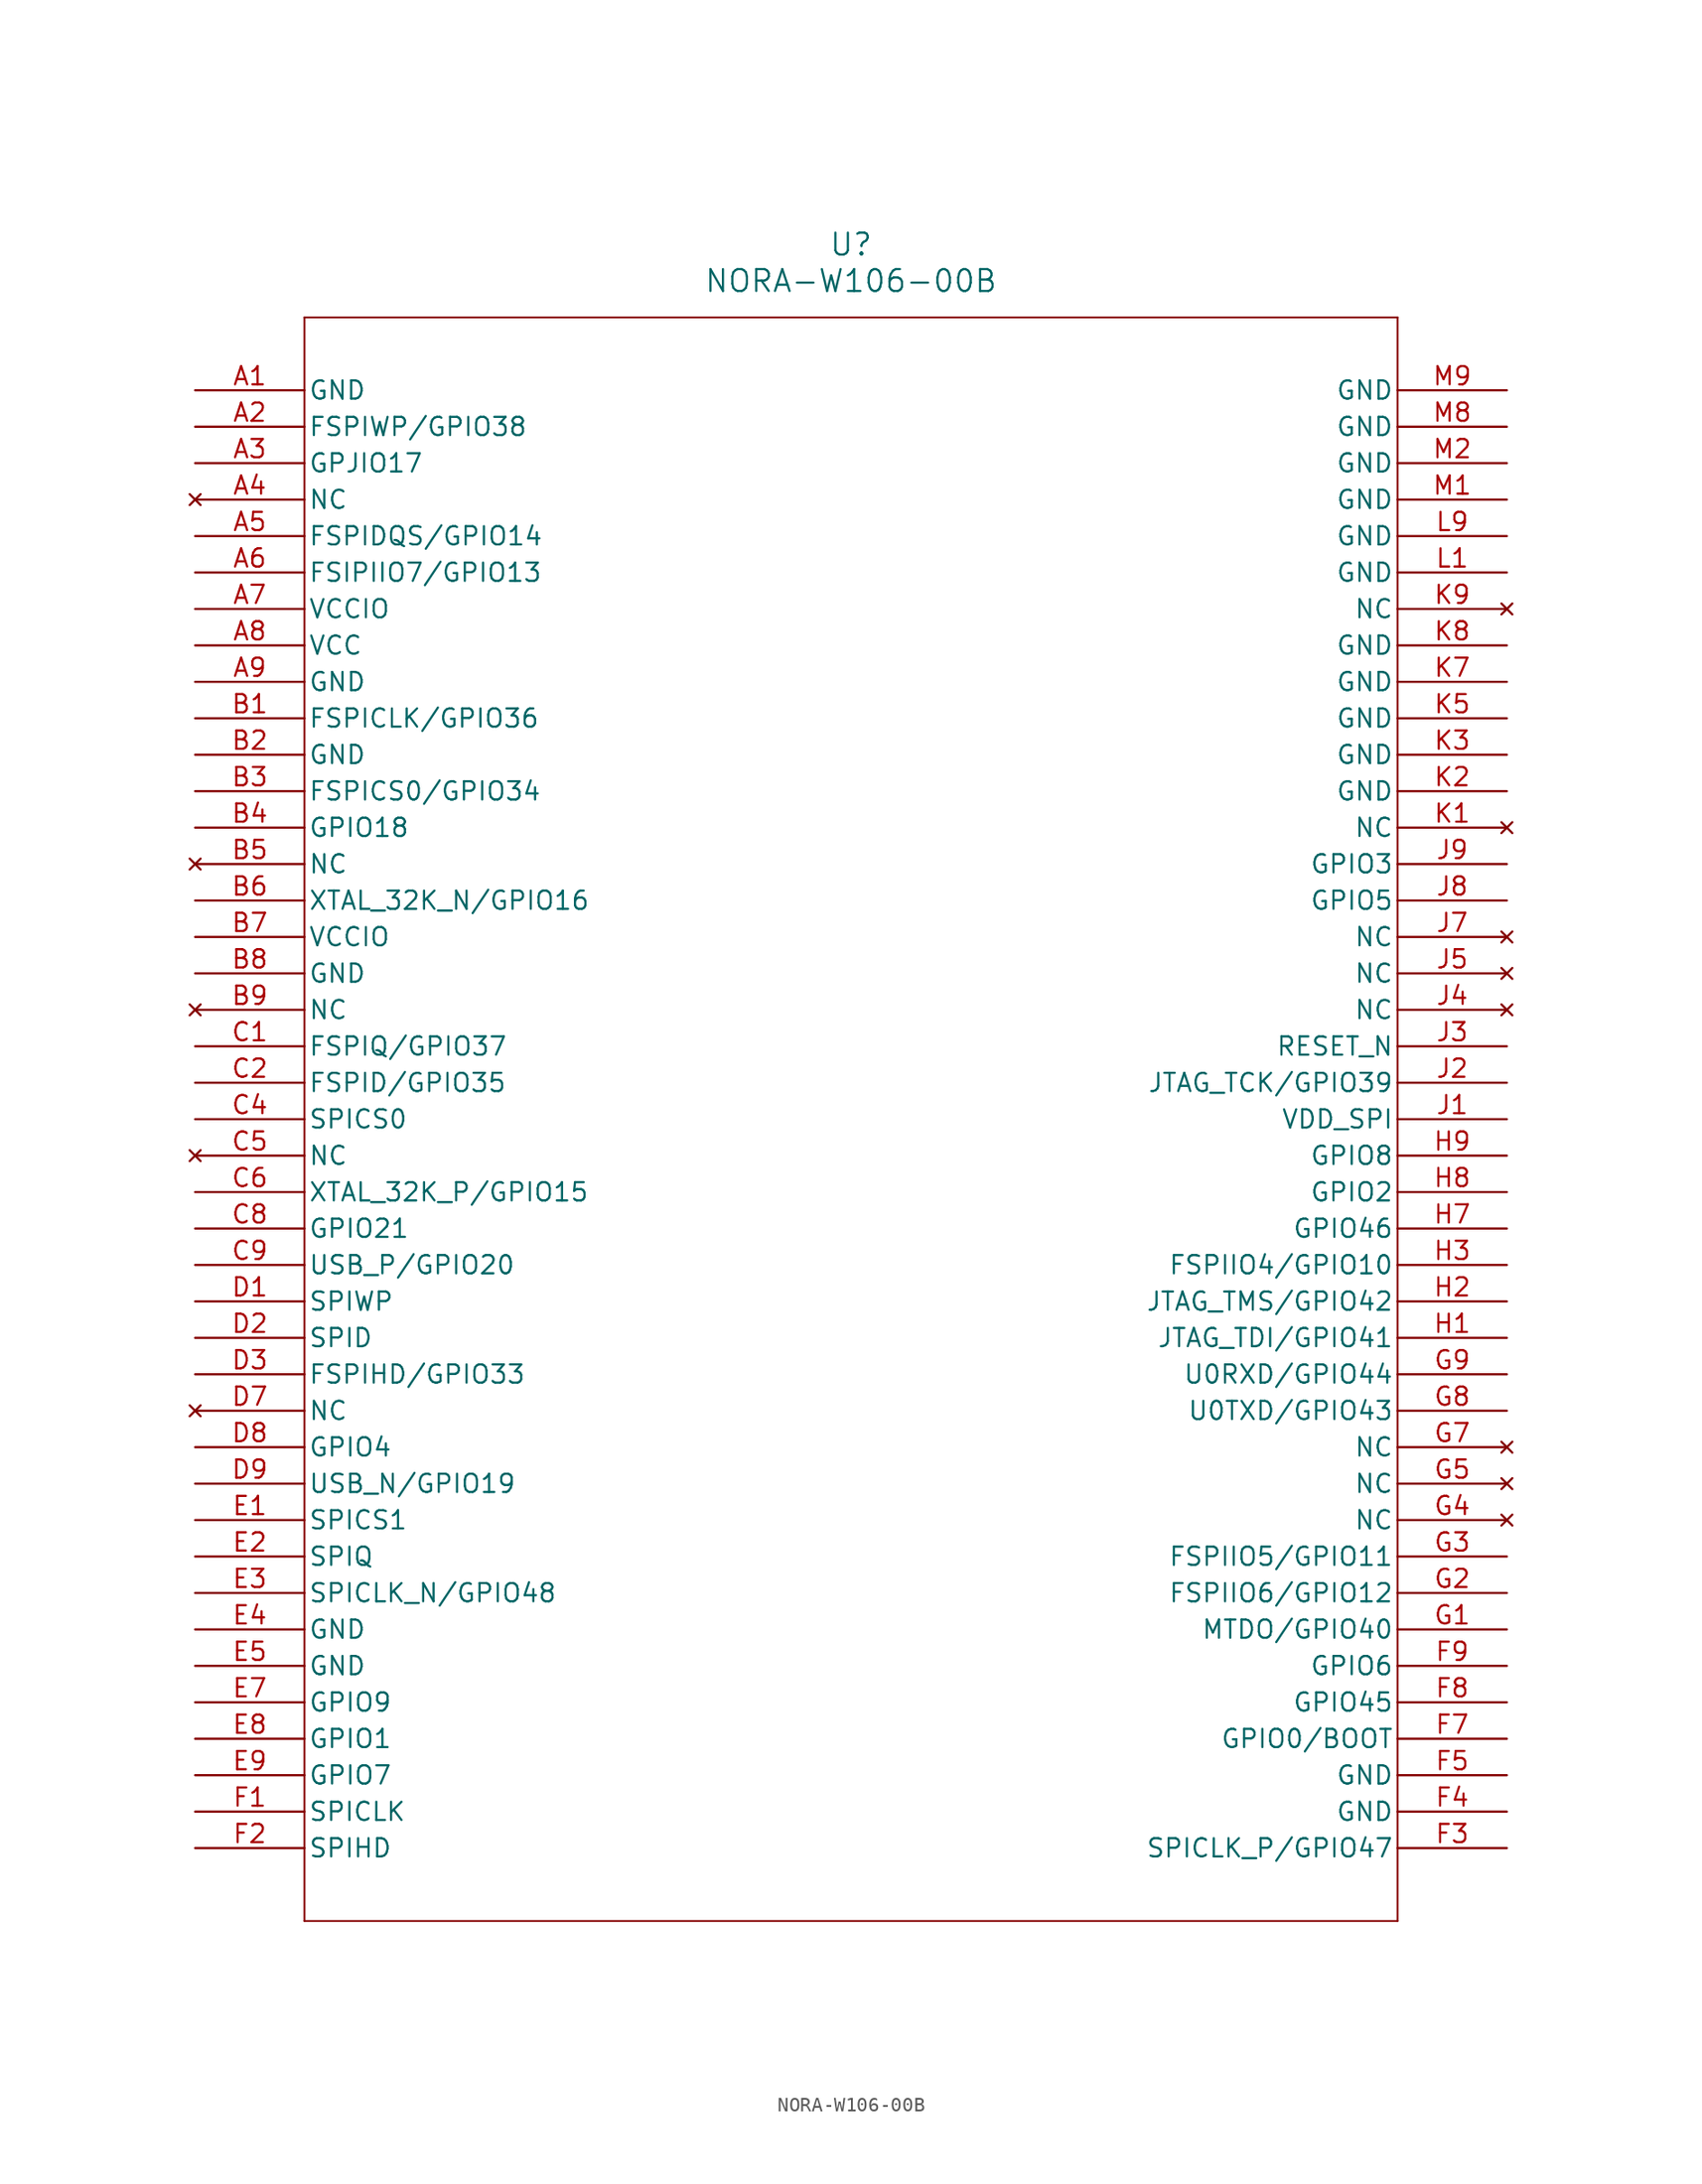
<source format=kicad_sym>
(kicad_symbol_lib
  (version 20220914)
  (generator kicad_symbol_editor)
  (symbol "NORA-W106-00B"
    (pin_names
      (offset 0.254))
    (property "Reference" "U"
      (at 45.72 10.16 0)
      (effects (font (size 1.524 1.524))))
    (property "Value" "NORA-W106-00B"
      (at 45.72 7.62 0)
      (effects (font (size 1.524 1.524))))
    (symbol "NORA-W106-00B_0_1"
      (polyline (pts (xy 7.62 -106.68) (xy 83.82 -106.68)) (stroke (width 0.127) (type default)) (fill (type none)))
      (polyline (pts (xy 7.62 5.08) (xy 7.62 -106.68)) (stroke (width 0.127) (type default)) (fill (type none)))
      (polyline (pts (xy 83.82 -106.68) (xy 83.82 5.08)) (stroke (width 0.127) (type default)) (fill (type none)))
      (polyline (pts (xy 83.82 5.08) (xy 7.62 5.08)) (stroke (width 0.127) (type default)) (fill (type none)))
      (pin power_out line (at 0 0 0) (length 7.62) (name "GND" (effects (font (size 1.27 1.27)))) (number "A1" (effects (font (size 1.27 1.27)))))
      (pin bidirectional line (at 0 -2.54 0) (length 7.62) (name "FSPIWP/GPIO38" (effects (font (size 1.27 1.27)))) (number "A2" (effects (font (size 1.27 1.27)))))
      (pin bidirectional line (at 0 -5.08 0) (length 7.62) (name "GPJIO17" (effects (font (size 1.27 1.27)))) (number "A3" (effects (font (size 1.27 1.27)))))
      (pin no_connect line (at 0 -7.62 0) (length 7.62) (name "NC" (effects (font (size 1.27 1.27)))) (number "A4" (effects (font (size 1.27 1.27)))))
      (pin bidirectional line (at 0 -10.16 0) (length 7.62) (name "FSPIDQS/GPIO14" (effects (font (size 1.27 1.27)))) (number "A5" (effects (font (size 1.27 1.27)))))
      (pin bidirectional line (at 0 -12.7 0) (length 7.62) (name "FSIPIIO7/GPIO13" (effects (font (size 1.27 1.27)))) (number "A6" (effects (font (size 1.27 1.27)))))
      (pin power_in line (at 0 -15.24 0) (length 7.62) (name "VCCIO" (effects (font (size 1.27 1.27)))) (number "A7" (effects (font (size 1.27 1.27)))))
      (pin power_in line (at 0 -17.78 0) (length 7.62) (name "VCC" (effects (font (size 1.27 1.27)))) (number "A8" (effects (font (size 1.27 1.27)))))
      (pin power_out line (at 0 -20.32 0) (length 7.62) (name "GND" (effects (font (size 1.27 1.27)))) (number "A9" (effects (font (size 1.27 1.27)))))
      (pin bidirectional line (at 0 -22.86 0) (length 7.62) (name "FSPICLK/GPIO36" (effects (font (size 1.27 1.27)))) (number "B1" (effects (font (size 1.27 1.27)))))
      (pin power_out line (at 0 -25.4 0) (length 7.62) (name "GND" (effects (font (size 1.27 1.27)))) (number "B2" (effects (font (size 1.27 1.27)))))
      (pin bidirectional line (at 0 -27.94 0) (length 7.62) (name "FSPICS0/GPIO34" (effects (font (size 1.27 1.27)))) (number "B3" (effects (font (size 1.27 1.27)))))
      (pin bidirectional line (at 0 -30.48 0) (length 7.62) (name "GPIO18" (effects (font (size 1.27 1.27)))) (number "B4" (effects (font (size 1.27 1.27)))))
      (pin no_connect line (at 0 -33.02 0) (length 7.62) (name "NC" (effects (font (size 1.27 1.27)))) (number "B5" (effects (font (size 1.27 1.27)))))
      (pin bidirectional line (at 0 -35.56 0) (length 7.62) (name "XTAL_32K_N/GPIO16" (effects (font (size 1.27 1.27)))) (number "B6" (effects (font (size 1.27 1.27)))))
      (pin power_in line (at 0 -38.1 0) (length 7.62) (name "VCCIO" (effects (font (size 1.27 1.27)))) (number "B7" (effects (font (size 1.27 1.27)))))
      (pin power_out line (at 0 -40.64 0) (length 7.62) (name "GND" (effects (font (size 1.27 1.27)))) (number "B8" (effects (font (size 1.27 1.27)))))
      (pin no_connect line (at 0 -43.18 0) (length 7.62) (name "NC" (effects (font (size 1.27 1.27)))) (number "B9" (effects (font (size 1.27 1.27)))))
      (pin bidirectional line (at 0 -45.72 0) (length 7.62) (name "FSPIQ/GPIO37" (effects (font (size 1.27 1.27)))) (number "C1" (effects (font (size 1.27 1.27)))))
      (pin bidirectional line (at 0 -48.26 0) (length 7.62) (name "FSPID/GPIO35" (effects (font (size 1.27 1.27)))) (number "C2" (effects (font (size 1.27 1.27)))))
      (pin bidirectional line (at 0 -50.8 0) (length 7.62) (name "SPICS0" (effects (font (size 1.27 1.27)))) (number "C4" (effects (font (size 1.27 1.27)))))
      (pin no_connect line (at 0 -53.34 0) (length 7.62) (name "NC" (effects (font (size 1.27 1.27)))) (number "C5" (effects (font (size 1.27 1.27)))))
      (pin bidirectional line (at 0 -55.88 0) (length 7.62) (name "XTAL_32K_P/GPIO15" (effects (font (size 1.27 1.27)))) (number "C6" (effects (font (size 1.27 1.27)))))
      (pin bidirectional line (at 0 -58.42 0) (length 7.62) (name "GPIO21" (effects (font (size 1.27 1.27)))) (number "C8" (effects (font (size 1.27 1.27)))))
      (pin bidirectional line (at 0 -60.96 0) (length 7.62) (name "USB_P/GPIO20" (effects (font (size 1.27 1.27)))) (number "C9" (effects (font (size 1.27 1.27)))))
      (pin bidirectional line (at 0 -63.5 0) (length 7.62) (name "SPIWP" (effects (font (size 1.27 1.27)))) (number "D1" (effects (font (size 1.27 1.27)))))
      (pin bidirectional line (at 0 -66.04 0) (length 7.62) (name "SPID" (effects (font (size 1.27 1.27)))) (number "D2" (effects (font (size 1.27 1.27)))))
      (pin bidirectional line (at 0 -68.58 0) (length 7.62) (name "FSPIHD/GPIO33" (effects (font (size 1.27 1.27)))) (number "D3" (effects (font (size 1.27 1.27)))))
      (pin no_connect line (at 0 -71.12 0) (length 7.62) (name "NC" (effects (font (size 1.27 1.27)))) (number "D7" (effects (font (size 1.27 1.27)))))
      (pin bidirectional line (at 0 -73.66 0) (length 7.62) (name "GPIO4" (effects (font (size 1.27 1.27)))) (number "D8" (effects (font (size 1.27 1.27)))))
      (pin bidirectional line (at 0 -76.2 0) (length 7.62) (name "USB_N/GPIO19" (effects (font (size 1.27 1.27)))) (number "D9" (effects (font (size 1.27 1.27)))))
      (pin bidirectional line (at 0 -78.74 0) (length 7.62) (name "SPICS1" (effects (font (size 1.27 1.27)))) (number "E1" (effects (font (size 1.27 1.27)))))
      (pin bidirectional line (at 0 -81.28 0) (length 7.62) (name "SPIQ" (effects (font (size 1.27 1.27)))) (number "E2" (effects (font (size 1.27 1.27)))))
      (pin bidirectional line (at 0 -83.82 0) (length 7.62) (name "SPICLK_N/GPIO48" (effects (font (size 1.27 1.27)))) (number "E3" (effects (font (size 1.27 1.27)))))
      (pin power_out line (at 0 -86.36 0) (length 7.62) (name "GND" (effects (font (size 1.27 1.27)))) (number "E4" (effects (font (size 1.27 1.27)))))
      (pin power_out line (at 0 -88.9 0) (length 7.62) (name "GND" (effects (font (size 1.27 1.27)))) (number "E5" (effects (font (size 1.27 1.27)))))
      (pin bidirectional line (at 0 -91.44 0) (length 7.62) (name "GPIO9" (effects (font (size 1.27 1.27)))) (number "E7" (effects (font (size 1.27 1.27)))))
      (pin bidirectional line (at 0 -93.98 0) (length 7.62) (name "GPIO1" (effects (font (size 1.27 1.27)))) (number "E8" (effects (font (size 1.27 1.27)))))
      (pin bidirectional line (at 0 -96.52 0) (length 7.62) (name "GPIO7" (effects (font (size 1.27 1.27)))) (number "E9" (effects (font (size 1.27 1.27)))))
      (pin bidirectional line (at 0 -99.06 0) (length 7.62) (name "SPICLK" (effects (font (size 1.27 1.27)))) (number "F1" (effects (font (size 1.27 1.27)))))
      (pin bidirectional line (at 0 -101.6 0) (length 7.62) (name "SPIHD" (effects (font (size 1.27 1.27)))) (number "F2" (effects (font (size 1.27 1.27)))))
      (pin bidirectional line (at 91.44 -101.6 180) (length 7.62) (name "SPICLK_P/GPIO47" (effects (font (size 1.27 1.27)))) (number "F3" (effects (font (size 1.27 1.27)))))
      (pin power_out line (at 91.44 -99.06 180) (length 7.62) (name "GND" (effects (font (size 1.27 1.27)))) (number "F4" (effects (font (size 1.27 1.27)))))
      (pin power_out line (at 91.44 -96.52 180) (length 7.62) (name "GND" (effects (font (size 1.27 1.27)))) (number "F5" (effects (font (size 1.27 1.27)))))
      (pin bidirectional line (at 91.44 -93.98 180) (length 7.62) (name "GPIO0/BOOT" (effects (font (size 1.27 1.27)))) (number "F7" (effects (font (size 1.27 1.27)))))
      (pin bidirectional line (at 91.44 -91.44 180) (length 7.62) (name "GPIO45" (effects (font (size 1.27 1.27)))) (number "F8" (effects (font (size 1.27 1.27)))))
      (pin bidirectional line (at 91.44 -88.9 180) (length 7.62) (name "GPIO6" (effects (font (size 1.27 1.27)))) (number "F9" (effects (font (size 1.27 1.27)))))
      (pin bidirectional line (at 91.44 -86.36 180) (length 7.62) (name "MTDO/GPIO40" (effects (font (size 1.27 1.27)))) (number "G1" (effects (font (size 1.27 1.27)))))
      (pin bidirectional line (at 91.44 -83.82 180) (length 7.62) (name "FSPIIO6/GPIO12" (effects (font (size 1.27 1.27)))) (number "G2" (effects (font (size 1.27 1.27)))))
      (pin bidirectional line (at 91.44 -81.28 180) (length 7.62) (name "FSPIIO5/GPIO11" (effects (font (size 1.27 1.27)))) (number "G3" (effects (font (size 1.27 1.27)))))
      (pin no_connect line (at 91.44 -78.74 180) (length 7.62) (name "NC" (effects (font (size 1.27 1.27)))) (number "G4" (effects (font (size 1.27 1.27)))))
      (pin no_connect line (at 91.44 -76.2 180) (length 7.62) (name "NC" (effects (font (size 1.27 1.27)))) (number "G5" (effects (font (size 1.27 1.27)))))
      (pin no_connect line (at 91.44 -73.66 180) (length 7.62) (name "NC" (effects (font (size 1.27 1.27)))) (number "G7" (effects (font (size 1.27 1.27)))))
      (pin bidirectional line (at 91.44 -71.12 180) (length 7.62) (name "U0TXD/GPIO43" (effects (font (size 1.27 1.27)))) (number "G8" (effects (font (size 1.27 1.27)))))
      (pin bidirectional line (at 91.44 -68.58 180) (length 7.62) (name "U0RXD/GPIO44" (effects (font (size 1.27 1.27)))) (number "G9" (effects (font (size 1.27 1.27)))))
      (pin bidirectional line (at 91.44 -66.04 180) (length 7.62) (name "JTAG_TDI/GPIO41" (effects (font (size 1.27 1.27)))) (number "H1" (effects (font (size 1.27 1.27)))))
      (pin bidirectional line (at 91.44 -63.5 180) (length 7.62) (name "JTAG_TMS/GPIO42" (effects (font (size 1.27 1.27)))) (number "H2" (effects (font (size 1.27 1.27)))))
      (pin bidirectional line (at 91.44 -60.96 180) (length 7.62) (name "FSPIIO4/GPIO10" (effects (font (size 1.27 1.27)))) (number "H3" (effects (font (size 1.27 1.27)))))
      (pin bidirectional line (at 91.44 -58.42 180) (length 7.62) (name "GPIO46" (effects (font (size 1.27 1.27)))) (number "H7" (effects (font (size 1.27 1.27)))))
      (pin bidirectional line (at 91.44 -55.88 180) (length 7.62) (name "GPIO2" (effects (font (size 1.27 1.27)))) (number "H8" (effects (font (size 1.27 1.27)))))
      (pin bidirectional line (at 91.44 -53.34 180) (length 7.62) (name "GPIO8" (effects (font (size 1.27 1.27)))) (number "H9" (effects (font (size 1.27 1.27)))))
      (pin power_in line (at 91.44 -50.8 180) (length 7.62) (name "VDD_SPI" (effects (font (size 1.27 1.27)))) (number "J1" (effects (font (size 1.27 1.27)))))
      (pin bidirectional line (at 91.44 -48.26 180) (length 7.62) (name "JTAG_TCK/GPIO39" (effects (font (size 1.27 1.27)))) (number "J2" (effects (font (size 1.27 1.27)))))
      (pin input line (at 91.44 -45.72 180) (length 7.62) (name "RESET_N" (effects (font (size 1.27 1.27)))) (number "J3" (effects (font (size 1.27 1.27)))))
      (pin no_connect line (at 91.44 -43.18 180) (length 7.62) (name "NC" (effects (font (size 1.27 1.27)))) (number "J4" (effects (font (size 1.27 1.27)))))
      (pin no_connect line (at 91.44 -40.64 180) (length 7.62) (name "NC" (effects (font (size 1.27 1.27)))) (number "J5" (effects (font (size 1.27 1.27)))))
      (pin no_connect line (at 91.44 -38.1 180) (length 7.62) (name "NC" (effects (font (size 1.27 1.27)))) (number "J7" (effects (font (size 1.27 1.27)))))
      (pin bidirectional line (at 91.44 -35.56 180) (length 7.62) (name "GPIO5" (effects (font (size 1.27 1.27)))) (number "J8" (effects (font (size 1.27 1.27)))))
      (pin bidirectional line (at 91.44 -33.02 180) (length 7.62) (name "GPIO3" (effects (font (size 1.27 1.27)))) (number "J9" (effects (font (size 1.27 1.27)))))
      (pin no_connect line (at 91.44 -30.48 180) (length 7.62) (name "NC" (effects (font (size 1.27 1.27)))) (number "K1" (effects (font (size 1.27 1.27)))))
      (pin power_out line (at 91.44 -27.94 180) (length 7.62) (name "GND" (effects (font (size 1.27 1.27)))) (number "K2" (effects (font (size 1.27 1.27)))))
      (pin power_out line (at 91.44 -25.4 180) (length 7.62) (name "GND" (effects (font (size 1.27 1.27)))) (number "K3" (effects (font (size 1.27 1.27)))))
      (pin power_out line (at 91.44 -22.86 180) (length 7.62) (name "GND" (effects (font (size 1.27 1.27)))) (number "K5" (effects (font (size 1.27 1.27)))))
      (pin power_out line (at 91.44 -20.32 180) (length 7.62) (name "GND" (effects (font (size 1.27 1.27)))) (number "K7" (effects (font (size 1.27 1.27)))))
      (pin power_out line (at 91.44 -17.78 180) (length 7.62) (name "GND" (effects (font (size 1.27 1.27)))) (number "K8" (effects (font (size 1.27 1.27)))))
      (pin no_connect line (at 91.44 -15.24 180) (length 7.62) (name "NC" (effects (font (size 1.27 1.27)))) (number "K9" (effects (font (size 1.27 1.27)))))
      (pin power_out line (at 91.44 -12.7 180) (length 7.62) (name "GND" (effects (font (size 1.27 1.27)))) (number "L1" (effects (font (size 1.27 1.27)))))
      (pin power_out line (at 91.44 -10.16 180) (length 7.62) (name "GND" (effects (font (size 1.27 1.27)))) (number "L9" (effects (font (size 1.27 1.27)))))
      (pin power_out line (at 91.44 -7.62 180) (length 7.62) (name "GND" (effects (font (size 1.27 1.27)))) (number "M1" (effects (font (size 1.27 1.27)))))
      (pin power_out line (at 91.44 -5.08 180) (length 7.62) (name "GND" (effects (font (size 1.27 1.27)))) (number "M2" (effects (font (size 1.27 1.27)))))
      (pin power_out line (at 91.44 -2.54 180) (length 7.62) (name "GND" (effects (font (size 1.27 1.27)))) (number "M8" (effects (font (size 1.27 1.27)))))
      (pin power_out line (at 91.44 0 180) (length 7.62) (name "GND" (effects (font (size 1.27 1.27)))) (number "M9" (effects (font (size 1.27 1.27))))))))
</source>
